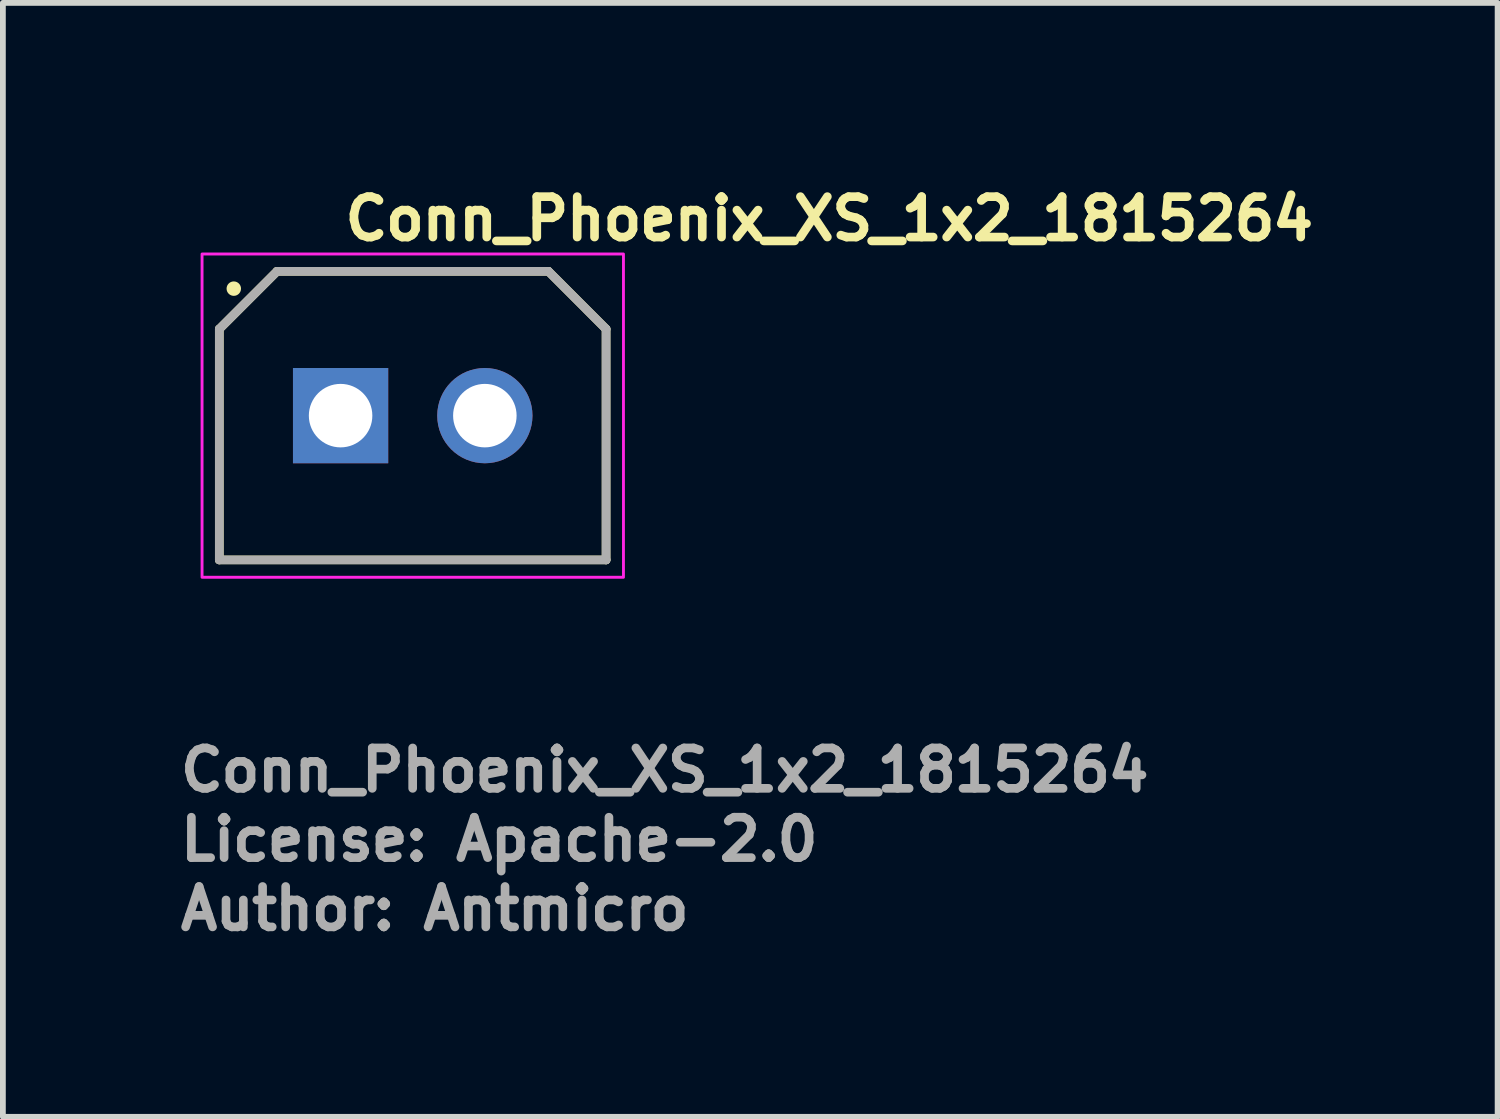
<source format=kicad_pcb>
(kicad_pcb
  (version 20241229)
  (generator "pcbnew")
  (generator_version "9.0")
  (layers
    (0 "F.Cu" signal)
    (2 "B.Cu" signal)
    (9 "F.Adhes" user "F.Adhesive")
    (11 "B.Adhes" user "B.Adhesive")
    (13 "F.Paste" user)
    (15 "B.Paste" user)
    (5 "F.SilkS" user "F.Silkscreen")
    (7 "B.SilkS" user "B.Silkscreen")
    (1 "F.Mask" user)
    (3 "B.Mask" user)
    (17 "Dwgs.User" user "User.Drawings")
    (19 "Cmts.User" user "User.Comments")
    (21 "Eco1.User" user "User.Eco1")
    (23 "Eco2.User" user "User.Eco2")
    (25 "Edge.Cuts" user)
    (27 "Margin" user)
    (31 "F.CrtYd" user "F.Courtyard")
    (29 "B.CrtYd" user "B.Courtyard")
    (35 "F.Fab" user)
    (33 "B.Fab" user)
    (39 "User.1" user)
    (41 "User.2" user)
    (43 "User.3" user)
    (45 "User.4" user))
  (footprint "Conn_Phoenix_XS_1x2_1815264"
    (layer "F.Cu")
    (at 2.85 4.15)
    (property "Reference" "Conn_Phoenix_XS_1x2_1815264" (at 0 -3 0) (unlocked yes) (layer "F.SilkS") (effects (font (size 0.7 0.7) (thickness 0.15)) (justify left bottom)))
    (attr through_hole)
    (fp_line (start -2.101 -1.5) (end -1.101 -2.5) (stroke (width 0.15) (type solid)) (layer "F.SilkS"))
    (fp_line (start -2.101 2.499) (end -2.101 -1.5) (stroke (width 0.15) (type solid)) (layer "F.SilkS"))
    (fp_line (start -1.101 -2.5) (end 3.6 -2.5) (stroke (width 0.15) (type solid)) (layer "F.SilkS"))
    (fp_line (start 3.6 -2.5) (end 4.599 -1.5) (stroke (width 0.15) (type solid)) (layer "F.SilkS"))
    (fp_line (start 4.599 -1.5) (end 4.599 2.499) (stroke (width 0.15) (type solid)) (layer "F.SilkS"))
    (fp_line (start 4.599 2.499) (end -2.101 2.499) (stroke (width 0.15) (type solid)) (layer "F.SilkS"))
    (fp_circle (center -1.85 -2.2) (end -1.8 -2.2) (stroke (width 0.15) (type solid)) (fill yes) (layer "F.SilkS"))
    (fp_rect (start -2.4 -2.8) (end 4.9 2.8) (stroke (width 0.05) (type solid)) (fill no) (layer "F.CrtYd"))
    (fp_line (start -2.101 -1.5) (end -1.101 -2.5) (stroke (width 0.15) (type solid)) (layer "F.Fab"))
    (fp_line (start -2.101 2.499) (end -2.101 -1.5) (stroke (width 0.15) (type solid)) (layer "F.Fab"))
    (fp_line (start -1.101 -2.5) (end 3.6 -2.5) (stroke (width 0.15) (type solid)) (layer "F.Fab"))
    (fp_line (start 3.6 -2.5) (end 4.599 -1.5) (stroke (width 0.15) (type solid)) (layer "F.Fab"))
    (fp_line (start 4.599 -1.5) (end 4.599 2.499) (stroke (width 0.15) (type solid)) (layer "F.Fab"))
    (fp_line (start 4.599 2.499) (end -2.101 2.499) (stroke (width 0.15) (type solid)) (layer "F.Fab"))
    (fp_rect (start -2.1 -2.5) (end 4.599 2.5) (stroke (width 0.1) (type solid)) (fill no) (layer "User.5"))
    (fp_line (start -2.1 -1.5) (end -1.1 -2.5) (stroke (width 0.02) (type solid)) (layer "User.9"))
    (fp_line (start -2.1 -1.3) (end -2.1 -1.5) (stroke (width 0.02) (type solid)) (layer "User.9"))
    (fp_line (start -2.1 -1.3) (end -2.1 -0.8) (stroke (width 0.02) (type solid)) (layer "User.9"))
    (fp_line (start -2.1 0.8) (end -2.1 -0.8) (stroke (width 0.02) (type solid)) (layer "User.9"))
    (fp_line (start -2.1 0.8) (end -2.1 1.3) (stroke (width 0.02) (type solid)) (layer "User.9"))
    (fp_line (start -2.1 0.8) (end -1.616 0.8) (stroke (width 0.02) (type solid)) (layer "User.9"))
    (fp_line (start -2.1 1.3) (end -1.621 1.3) (stroke (width 0.02) (type solid)) (layer "User.9"))
    (fp_line (start -2.1 2.5) (end -2.1 1.3) (stroke (width 0.02) (type solid)) (layer "User.9"))
    (fp_line (start -2.1 2.5) (end -0.7 2.5) (stroke (width 0.02) (type solid)) (layer "User.9"))
    (fp_line (start -1.621 -1.301) (end -1.621 -1.3) (stroke (width 0.02) (type solid)) (layer "User.9"))
    (fp_line (start -1.621 -1.3) (end -2.1 -1.3) (stroke (width 0.02) (type solid)) (layer "User.9"))
    (fp_line (start -1.621 -1.3) (end -1.616 -0.8) (stroke (width 0.02) (type solid)) (layer "User.9"))
    (fp_line (start -1.621 1.3) (end -1.621 2.02) (stroke (width 0.02) (type solid)) (layer "User.9"))
    (fp_line (start -1.616 -0.8) (end -2.1 -0.8) (stroke (width 0.02) (type solid)) (layer "User.9"))
    (fp_line (start -1.616 0.8) (end -1.621 1.3) (stroke (width 0.02) (type solid)) (layer "User.9"))
    (fp_line (start -1.616 0.8) (end -1.616 -0.8) (stroke (width 0.02) (type solid)) (layer "User.9"))
    (fp_line (start -1.612 -1.297) (end -1.621 -1.301) (stroke (width 0.02) (type solid)) (layer "User.9"))
    (fp_line (start -1.612 -1.297) (end -0.898 -2.011) (stroke (width 0.02) (type solid)) (layer "User.9"))
    (fp_line (start -1.612 2.011) (end -1.621 2.02) (stroke (width 0.02) (type solid)) (layer "User.9"))
    (fp_line (start -1.612 2.011) (end -1.612 -1.297) (stroke (width 0.02) (type solid)) (layer "User.9"))
    (fp_line (start -1.1 -2.5) (end -0.9 -2.5) (stroke (width 0.02) (type solid)) (layer "User.9"))
    (fp_line (start -0.902 -2.02) (end -1.621 -1.301) (stroke (width 0.02) (type solid)) (layer "User.9"))
    (fp_line (start -0.9 -2.5) (end -0.9 -2.02) (stroke (width 0.02) (type solid)) (layer "User.9"))
    (fp_line (start -0.9 -2.02) (end -0.902 -2.02) (stroke (width 0.02) (type solid)) (layer "User.9"))
    (fp_line (start -0.898 -2.011) (end -0.902 -2.02) (stroke (width 0.02) (type solid)) (layer "User.9"))
    (fp_line (start -0.898 -2.011) (end 3.397 -2.011) (stroke (width 0.02) (type solid)) (layer "User.9"))
    (fp_line (start -0.889 1.388) (end -0.889 -1.388) (stroke (width 0.02) (type solid)) (layer "User.9"))
    (fp_line (start -0.889 1.388) (end -0.885 1.384) (stroke (width 0.02) (type solid)) (layer "User.9"))
    (fp_line (start -0.885 -1.384) (end -0.889 -1.388) (stroke (width 0.02) (type solid)) (layer "User.9"))
    (fp_line (start -0.885 1.384) (end -0.885 -1.384) (stroke (width 0.02) (type solid)) (layer "User.9"))
    (fp_line (start -0.885 1.384) (end 0.884 1.384) (stroke (width 0.02) (type solid)) (layer "User.9"))
    (fp_line (start -0.7 2.011) (end -1.612 2.011) (stroke (width 0.02) (type solid)) (layer "User.9"))
    (fp_line (start -0.7 2.011) (end -0.7 2.02) (stroke (width 0.02) (type solid)) (layer "User.9"))
    (fp_line (start -0.7 2.02) (end -1.621 2.02) (stroke (width 0.02) (type solid)) (layer "User.9"))
    (fp_line (start -0.7 2.02) (end -0.7 2.5) (stroke (width 0.02) (type solid)) (layer "User.9"))
    (fp_line (start -0.6 -0.03) (end -0.6 0) (stroke (width 0.02) (type solid)) (layer "User.9"))
    (fp_line (start -0.6 0) (end -0.6 0.03) (stroke (width 0.02) (type solid)) (layer "User.9"))
    (fp_line (start -0.6 0.03) (end -0.597 0.061) (stroke (width 0.02) (type solid)) (layer "User.9"))
    (fp_line (start -0.597 -0.061) (end -0.6 -0.03) (stroke (width 0.02) (type solid)) (layer "User.9"))
    (fp_line (start -0.597 0.061) (end -0.594 0.091) (stroke (width 0.02) (type solid)) (layer "User.9"))
    (fp_line (start -0.594 -0.091) (end -0.597 -0.061) (stroke (width 0.02) (type solid)) (layer "User.9"))
    (fp_line (start -0.594 0.091) (end -0.588 0.12) (stroke (width 0.02) (type solid)) (layer "User.9"))
    (fp_line (start -0.588 -0.12) (end -0.594 -0.091) (stroke (width 0.02) (type solid)) (layer "User.9"))
    (fp_line (start -0.588 0.12) (end -0.582 0.149) (stroke (width 0.02) (type solid)) (layer "User.9"))
    (fp_line (start -0.582 -0.149) (end -0.588 -0.12) (stroke (width 0.02) (type solid)) (layer "User.9"))
    (fp_line (start -0.582 0.149) (end -0.573 0.178) (stroke (width 0.02) (type solid)) (layer "User.9"))
    (fp_line (start -0.573 -0.178) (end -0.582 -0.149) (stroke (width 0.02) (type solid)) (layer "User.9"))
    (fp_line (start -0.573 0.178) (end -0.564 0.206) (stroke (width 0.02) (type solid)) (layer "User.9"))
    (fp_line (start -0.564 -0.206) (end -0.573 -0.178) (stroke (width 0.02) (type solid)) (layer "User.9"))
    (fp_line (start -0.564 0.206) (end -0.553 0.233) (stroke (width 0.02) (type solid)) (layer "User.9"))
    (fp_line (start -0.553 -0.233) (end -0.564 -0.206) (stroke (width 0.02) (type solid)) (layer "User.9"))
    (fp_line (start -0.553 0.233) (end -0.541 0.26) (stroke (width 0.02) (type solid)) (layer "User.9"))
    (fp_line (start -0.541 -0.26) (end -0.553 -0.233) (stroke (width 0.02) (type solid)) (layer "User.9"))
    (fp_line (start -0.541 0.26) (end -0.528 0.285) (stroke (width 0.02) (type solid)) (layer "User.9"))
    (fp_line (start -0.528 -0.285) (end -0.541 -0.26) (stroke (width 0.02) (type solid)) (layer "User.9"))
    (fp_line (start -0.528 0.285) (end -0.514 0.31) (stroke (width 0.02) (type solid)) (layer "User.9"))
    (fp_line (start -0.514 -0.31) (end -0.528 -0.285) (stroke (width 0.02) (type solid)) (layer "User.9"))
    (fp_line (start -0.514 0.31) (end -0.498 0.335) (stroke (width 0.02) (type solid)) (layer "User.9"))
    (fp_line (start -0.498 -0.335) (end -0.514 -0.31) (stroke (width 0.02) (type solid)) (layer "User.9"))
    (fp_line (start -0.498 0.335) (end -0.481 0.358) (stroke (width 0.02) (type solid)) (layer "User.9"))
    (fp_line (start -0.481 -0.358) (end -0.498 -0.335) (stroke (width 0.02) (type solid)) (layer "User.9"))
    (fp_line (start -0.481 0.358) (end -0.463 0.381) (stroke (width 0.02) (type solid)) (layer "User.9"))
    (fp_line (start -0.463 -0.381) (end -0.481 -0.358) (stroke (width 0.02) (type solid)) (layer "User.9"))
    (fp_line (start -0.463 0.381) (end -0.445 0.403) (stroke (width 0.02) (type solid)) (layer "User.9"))
    (fp_line (start -0.445 -0.403) (end -0.463 -0.381) (stroke (width 0.02) (type solid)) (layer "User.9"))
    (fp_line (start -0.445 0.403) (end -0.425 0.424) (stroke (width 0.02) (type solid)) (layer "User.9"))
    (fp_line (start -0.425 -0.424) (end -0.445 -0.403) (stroke (width 0.02) (type solid)) (layer "User.9"))
    (fp_line (start -0.425 0.424) (end -0.404 0.443) (stroke (width 0.02) (type solid)) (layer "User.9"))
    (fp_line (start -0.404 -0.443) (end -0.425 -0.424) (stroke (width 0.02) (type solid)) (layer "User.9"))
    (fp_line (start -0.404 0.443) (end -0.382 0.462) (stroke (width 0.02) (type solid)) (layer "User.9"))
    (fp_line (start -0.4 -2.5) (end -0.9 -2.5) (stroke (width 0.02) (type solid)) (layer "User.9"))
    (fp_line (start -0.4 -2.5) (end -0.4 -2.015) (stroke (width 0.02) (type solid)) (layer "User.9"))
    (fp_line (start -0.4 -2.5) (end 0.4 -2.5) (stroke (width 0.02) (type solid)) (layer "User.9"))
    (fp_line (start -0.4 -2.015) (end -0.9 -2.02) (stroke (width 0.02) (type solid)) (layer "User.9"))
    (fp_line (start -0.4 -2.015) (end 0.4 -2.015) (stroke (width 0.02) (type solid)) (layer "User.9"))
    (fp_line (start -0.382 -0.462) (end -0.404 -0.443) (stroke (width 0.02) (type solid)) (layer "User.9"))
    (fp_line (start -0.382 0.462) (end -0.359 0.48) (stroke (width 0.02) (type solid)) (layer "User.9"))
    (fp_line (start -0.359 -0.48) (end -0.382 -0.462) (stroke (width 0.02) (type solid)) (layer "User.9"))
    (fp_line (start -0.359 0.48) (end -0.336 0.497) (stroke (width 0.02) (type solid)) (layer "User.9"))
    (fp_line (start -0.336 -0.497) (end -0.359 -0.48) (stroke (width 0.02) (type solid)) (layer "User.9"))
    (fp_line (start -0.336 0.497) (end -0.312 0.512) (stroke (width 0.02) (type solid)) (layer "User.9"))
    (fp_line (start -0.312 -0.512) (end -0.336 -0.497) (stroke (width 0.02) (type solid)) (layer "User.9"))
    (fp_line (start -0.312 0.512) (end -0.286 0.527) (stroke (width 0.02) (type solid)) (layer "User.9"))
    (fp_line (start -0.3 -0.3) (end -0.2 -0.2) (stroke (width 0.02) (type solid)) (layer "User.9"))
    (fp_line (start -0.3 -0.3) (end 0.3 -0.3) (stroke (width 0.02) (type solid)) (layer "User.9"))
    (fp_line (start -0.3 0.3) (end -0.3 -0.3) (stroke (width 0.02) (type solid)) (layer "User.9"))
    (fp_line (start -0.286 -0.527) (end -0.312 -0.512) (stroke (width 0.02) (type solid)) (layer "User.9"))
    (fp_line (start -0.286 0.527) (end -0.261 0.54) (stroke (width 0.02) (type solid)) (layer "User.9"))
    (fp_line (start -0.261 -0.54) (end -0.286 -0.527) (stroke (width 0.02) (type solid)) (layer "User.9"))
    (fp_line (start -0.261 0.54) (end -0.234 0.552) (stroke (width 0.02) (type solid)) (layer "User.9"))
    (fp_line (start -0.234 -0.552) (end -0.261 -0.54) (stroke (width 0.02) (type solid)) (layer "User.9"))
    (fp_line (start -0.234 0.552) (end -0.207 0.563) (stroke (width 0.02) (type solid)) (layer "User.9"))
    (fp_line (start -0.207 -0.563) (end -0.234 -0.552) (stroke (width 0.02) (type solid)) (layer "User.9"))
    (fp_line (start -0.207 0.563) (end -0.179 0.572) (stroke (width 0.02) (type solid)) (layer "User.9"))
    (fp_line (start -0.2 -0.2) (end 0.2 -0.2) (stroke (width 0.02) (type solid)) (layer "User.9"))
    (fp_line (start -0.2 0.2) (end -0.3 0.3) (stroke (width 0.02) (type solid)) (layer "User.9"))
    (fp_line (start -0.2 0.2) (end -0.2 -0.2) (stroke (width 0.02) (type solid)) (layer "User.9"))
    (fp_line (start -0.179 -0.572) (end -0.207 -0.563) (stroke (width 0.02) (type solid)) (layer "User.9"))
    (fp_line (start -0.179 0.572) (end -0.15 0.58) (stroke (width 0.02) (type solid)) (layer "User.9"))
    (fp_line (start -0.15 -0.58) (end -0.179 -0.572) (stroke (width 0.02) (type solid)) (layer "User.9"))
    (fp_line (start -0.15 0.58) (end -0.121 0.587) (stroke (width 0.02) (type solid)) (layer "User.9"))
    (fp_line (start -0.121 -0.587) (end -0.15 -0.58) (stroke (width 0.02) (type solid)) (layer "User.9"))
    (fp_line (start -0.121 0.587) (end -0.092 0.592) (stroke (width 0.02) (type solid)) (layer "User.9"))
    (fp_line (start -0.092 -0.592) (end -0.121 -0.587) (stroke (width 0.02) (type solid)) (layer "User.9"))
    (fp_line (start -0.092 0.592) (end -0.062 0.596) (stroke (width 0.02) (type solid)) (layer "User.9"))
    (fp_line (start -0.062 -0.596) (end -0.092 -0.592) (stroke (width 0.02) (type solid)) (layer "User.9"))
    (fp_line (start -0.062 0.596) (end -0.031 0.598) (stroke (width 0.02) (type solid)) (layer "User.9"))
    (fp_line (start -0.031 -0.598) (end -0.062 -0.596) (stroke (width 0.02) (type solid)) (layer "User.9"))
    (fp_line (start -0.031 0.598) (end -0.001 0.599) (stroke (width 0.02) (type solid)) (layer "User.9"))
    (fp_line (start -0.001 -0.599) (end -0.031 -0.598) (stroke (width 0.02) (type solid)) (layer "User.9"))
    (fp_line (start -0.001 -0.599) (end -0.001 -0.599) (stroke (width 0.02) (type solid)) (layer "User.9"))
    (fp_line (start -0.001 0.599) (end -0.001 0.599) (stroke (width 0.02) (type solid)) (layer "User.9"))
    (fp_line (start -0.001 0.599) (end 0.03 0.598) (stroke (width 0.02) (type solid)) (layer "User.9"))
    (fp_line (start 0.03 -0.598) (end -0.001 -0.599) (stroke (width 0.02) (type solid)) (layer "User.9"))
    (fp_line (start 0.03 0.598) (end 0.061 0.596) (stroke (width 0.02) (type solid)) (layer "User.9"))
    (fp_line (start 0.061 -0.596) (end 0.03 -0.598) (stroke (width 0.02) (type solid)) (layer "User.9"))
    (fp_line (start 0.061 0.596) (end 0.091 0.592) (stroke (width 0.02) (type solid)) (layer "User.9"))
    (fp_line (start 0.091 -0.592) (end 0.061 -0.596) (stroke (width 0.02) (type solid)) (layer "User.9"))
    (fp_line (start 0.091 0.592) (end 0.12 0.587) (stroke (width 0.02) (type solid)) (layer "User.9"))
    (fp_line (start 0.12 -0.587) (end 0.091 -0.592) (stroke (width 0.02) (type solid)) (layer "User.9"))
    (fp_line (start 0.12 0.587) (end 0.149 0.58) (stroke (width 0.02) (type solid)) (layer "User.9"))
    (fp_line (start 0.149 -0.58) (end 0.12 -0.587) (stroke (width 0.02) (type solid)) (layer "User.9"))
    (fp_line (start 0.149 0.58) (end 0.178 0.572) (stroke (width 0.02) (type solid)) (layer "User.9"))
    (fp_line (start 0.178 -0.572) (end 0.149 -0.58) (stroke (width 0.02) (type solid)) (layer "User.9"))
    (fp_line (start 0.178 0.572) (end 0.206 0.563) (stroke (width 0.02) (type solid)) (layer "User.9"))
    (fp_line (start 0.2 -0.2) (end 0.2 0.2) (stroke (width 0.02) (type solid)) (layer "User.9"))
    (fp_line (start 0.2 0.2) (end -0.2 0.2) (stroke (width 0.02) (type solid)) (layer "User.9"))
    (fp_line (start 0.2 0.2) (end 0.3 0.3) (stroke (width 0.02) (type solid)) (layer "User.9"))
    (fp_line (start 0.206 -0.563) (end 0.178 -0.572) (stroke (width 0.02) (type solid)) (layer "User.9"))
    (fp_line (start 0.206 0.563) (end 0.233 0.552) (stroke (width 0.02) (type solid)) (layer "User.9"))
    (fp_line (start 0.233 -0.552) (end 0.206 -0.563) (stroke (width 0.02) (type solid)) (layer "User.9"))
    (fp_line (start 0.233 0.552) (end 0.26 0.54) (stroke (width 0.02) (type solid)) (layer "User.9"))
    (fp_line (start 0.26 -0.54) (end 0.233 -0.552) (stroke (width 0.02) (type solid)) (layer "User.9"))
    (fp_line (start 0.26 0.54) (end 0.285 0.527) (stroke (width 0.02) (type solid)) (layer "User.9"))
    (fp_line (start 0.285 -0.527) (end 0.26 -0.54) (stroke (width 0.02) (type solid)) (layer "User.9"))
    (fp_line (start 0.285 0.527) (end 0.311 0.512) (stroke (width 0.02) (type solid)) (layer "User.9"))
    (fp_line (start 0.3 -0.3) (end 0.2 -0.2) (stroke (width 0.02) (type solid)) (layer "User.9"))
    (fp_line (start 0.3 -0.3) (end 0.3 0.3) (stroke (width 0.02) (type solid)) (layer "User.9"))
    (fp_line (start 0.3 0.3) (end -0.3 0.3) (stroke (width 0.02) (type solid)) (layer "User.9"))
    (fp_line (start 0.311 -0.512) (end 0.285 -0.527) (stroke (width 0.02) (type solid)) (layer "User.9"))
    (fp_line (start 0.311 0.512) (end 0.335 0.497) (stroke (width 0.02) (type solid)) (layer "User.9"))
    (fp_line (start 0.335 -0.497) (end 0.311 -0.512) (stroke (width 0.02) (type solid)) (layer "User.9"))
    (fp_line (start 0.335 0.497) (end 0.358 0.48) (stroke (width 0.02) (type solid)) (layer "User.9"))
    (fp_line (start 0.358 -0.48) (end 0.335 -0.497) (stroke (width 0.02) (type solid)) (layer "User.9"))
    (fp_line (start 0.358 0.48) (end 0.381 0.462) (stroke (width 0.02) (type solid)) (layer "User.9"))
    (fp_line (start 0.381 -0.462) (end 0.358 -0.48) (stroke (width 0.02) (type solid)) (layer "User.9"))
    (fp_line (start 0.381 0.462) (end 0.403 0.443) (stroke (width 0.02) (type solid)) (layer "User.9"))
    (fp_line (start 0.4 -2.5) (end 0.4 -2.015) (stroke (width 0.02) (type solid)) (layer "User.9"))
    (fp_line (start 0.403 -0.443) (end 0.381 -0.462) (stroke (width 0.02) (type solid)) (layer "User.9"))
    (fp_line (start 0.403 0.443) (end 0.424 0.424) (stroke (width 0.02) (type solid)) (layer "User.9"))
    (fp_line (start 0.424 -0.424) (end 0.403 -0.443) (stroke (width 0.02) (type solid)) (layer "User.9"))
    (fp_line (start 0.424 0.424) (end 0.444 0.403) (stroke (width 0.02) (type solid)) (layer "User.9"))
    (fp_line (start 0.444 -0.403) (end 0.424 -0.424) (stroke (width 0.02) (type solid)) (layer "User.9"))
    (fp_line (start 0.444 0.403) (end 0.462 0.381) (stroke (width 0.02) (type solid)) (layer "User.9"))
    (fp_line (start 0.462 -0.381) (end 0.444 -0.403) (stroke (width 0.02) (type solid)) (layer "User.9"))
    (fp_line (start 0.462 0.381) (end 0.48 0.358) (stroke (width 0.02) (type solid)) (layer "User.9"))
    (fp_line (start 0.48 -0.358) (end 0.462 -0.381) (stroke (width 0.02) (type solid)) (layer "User.9"))
    (fp_line (start 0.48 0.358) (end 0.497 0.335) (stroke (width 0.02) (type solid)) (layer "User.9"))
    (fp_line (start 0.497 -0.335) (end 0.48 -0.358) (stroke (width 0.02) (type solid)) (layer "User.9"))
    (fp_line (start 0.497 0.335) (end 0.513 0.31) (stroke (width 0.02) (type solid)) (layer "User.9"))
    (fp_line (start 0.513 -0.31) (end 0.497 -0.335) (stroke (width 0.02) (type solid)) (layer "User.9"))
    (fp_line (start 0.513 0.31) (end 0.527 0.285) (stroke (width 0.02) (type solid)) (layer "User.9"))
    (fp_line (start 0.527 -0.285) (end 0.513 -0.31) (stroke (width 0.02) (type solid)) (layer "User.9"))
    (fp_line (start 0.527 0.285) (end 0.54 0.26) (stroke (width 0.02) (type solid)) (layer "User.9"))
    (fp_line (start 0.54 -0.26) (end 0.527 -0.285) (stroke (width 0.02) (type solid)) (layer "User.9"))
    (fp_line (start 0.54 0.26) (end 0.552 0.233) (stroke (width 0.02) (type solid)) (layer "User.9"))
    (fp_line (start 0.552 -0.233) (end 0.54 -0.26) (stroke (width 0.02) (type solid)) (layer "User.9"))
    (fp_line (start 0.552 0.233) (end 0.563 0.206) (stroke (width 0.02) (type solid)) (layer "User.9"))
    (fp_line (start 0.563 -0.206) (end 0.552 -0.233) (stroke (width 0.02) (type solid)) (layer "User.9"))
    (fp_line (start 0.563 0.206) (end 0.572 0.178) (stroke (width 0.02) (type solid)) (layer "User.9"))
    (fp_line (start 0.572 -0.178) (end 0.563 -0.206) (stroke (width 0.02) (type solid)) (layer "User.9"))
    (fp_line (start 0.572 0.178) (end 0.581 0.149) (stroke (width 0.02) (type solid)) (layer "User.9"))
    (fp_line (start 0.581 -0.149) (end 0.572 -0.178) (stroke (width 0.02) (type solid)) (layer "User.9"))
    (fp_line (start 0.581 0.149) (end 0.587 0.12) (stroke (width 0.02) (type solid)) (layer "User.9"))
    (fp_line (start 0.587 -0.12) (end 0.581 -0.149) (stroke (width 0.02) (type solid)) (layer "User.9"))
    (fp_line (start 0.587 0.12) (end 0.593 0.091) (stroke (width 0.02) (type solid)) (layer "User.9"))
    (fp_line (start 0.593 -0.091) (end 0.587 -0.12) (stroke (width 0.02) (type solid)) (layer "User.9"))
    (fp_line (start 0.593 0.091) (end 0.596 0.061) (stroke (width 0.02) (type solid)) (layer "User.9"))
    (fp_line (start 0.596 -0.061) (end 0.593 -0.091) (stroke (width 0.02) (type solid)) (layer "User.9"))
    (fp_line (start 0.596 0.061) (end 0.599 0.03) (stroke (width 0.02) (type solid)) (layer "User.9"))
    (fp_line (start 0.599 -0.03) (end 0.596 -0.061) (stroke (width 0.02) (type solid)) (layer "User.9"))
    (fp_line (start 0.599 0.03) (end 0.6 0) (stroke (width 0.02) (type solid)) (layer "User.9"))
    (fp_line (start 0.6 0) (end 0.599 -0.03) (stroke (width 0.02) (type solid)) (layer "User.9"))
    (fp_line (start 0.7 2.02) (end 0.7 2.011) (stroke (width 0.02) (type solid)) (layer "User.9"))
    (fp_line (start 0.7 2.02) (end 0.7 2.5) (stroke (width 0.02) (type solid)) (layer "User.9"))
    (fp_line (start 0.7 2.02) (end 1.8 2.02) (stroke (width 0.02) (type solid)) (layer "User.9"))
    (fp_line (start 0.7 2.5) (end -0.7 2.5) (stroke (width 0.02) (type solid)) (layer "User.9"))
    (fp_line (start 0.7 2.5) (end 1.8 2.5) (stroke (width 0.02) (type solid)) (layer "User.9"))
    (fp_line (start 0.884 -1.384) (end -0.885 -1.384) (stroke (width 0.02) (type solid)) (layer "User.9"))
    (fp_line (start 0.884 1.384) (end 0.884 -1.384) (stroke (width 0.02) (type solid)) (layer "User.9"))
    (fp_line (start 0.888 -1.388) (end -0.889 -1.388) (stroke (width 0.02) (type solid)) (layer "User.9"))
    (fp_line (start 0.888 -1.388) (end 0.884 -1.384) (stroke (width 0.02) (type solid)) (layer "User.9"))
    (fp_line (start 0.888 1.388) (end -0.889 1.388) (stroke (width 0.02) (type solid)) (layer "User.9"))
    (fp_line (start 0.888 1.388) (end 0.884 1.384) (stroke (width 0.02) (type solid)) (layer "User.9"))
    (fp_line (start 0.888 1.388) (end 0.888 -1.388) (stroke (width 0.02) (type solid)) (layer "User.9"))
    (fp_line (start 0.9 -2.5) (end 0.4 -2.5) (stroke (width 0.02) (type solid)) (layer "User.9"))
    (fp_line (start 0.9 -2.5) (end 1.6 -2.5) (stroke (width 0.02) (type solid)) (layer "User.9"))
    (fp_line (start 0.9 -2.02) (end 0.4 -2.015) (stroke (width 0.02) (type solid)) (layer "User.9"))
    (fp_line (start 0.9 -2.02) (end 0.9 -2.5) (stroke (width 0.02) (type solid)) (layer "User.9"))
    (fp_line (start 1.6 -2.5) (end 1.6 -2.02) (stroke (width 0.02) (type solid)) (layer "User.9"))
    (fp_line (start 1.6 -2.02) (end 0.9 -2.02) (stroke (width 0.02) (type solid)) (layer "User.9"))
    (fp_line (start 1.611 -1.388) (end 1.615 -1.384) (stroke (width 0.02) (type solid)) (layer "User.9"))
    (fp_line (start 1.611 1.388) (end 1.611 -1.388) (stroke (width 0.02) (type solid)) (layer "User.9"))
    (fp_line (start 1.611 1.388) (end 1.615 1.384) (stroke (width 0.02) (type solid)) (layer "User.9"))
    (fp_line (start 1.615 1.384) (end 1.615 -1.384) (stroke (width 0.02) (type solid)) (layer "User.9"))
    (fp_line (start 1.615 1.384) (end 3.384 1.384) (stroke (width 0.02) (type solid)) (layer "User.9"))
    (fp_line (start 1.8 2.011) (end 0.7 2.011) (stroke (width 0.02) (type solid)) (layer "User.9"))
    (fp_line (start 1.8 2.011) (end 1.8 2.02) (stroke (width 0.02) (type solid)) (layer "User.9"))
    (fp_line (start 1.8 2.02) (end 1.8 2.5) (stroke (width 0.02) (type solid)) (layer "User.9"))
    (fp_line (start 1.9 -0.03) (end 1.9 0) (stroke (width 0.02) (type solid)) (layer "User.9"))
    (fp_line (start 1.9 0) (end 1.9 0.03) (stroke (width 0.02) (type solid)) (layer "User.9"))
    (fp_line (start 1.9 0.03) (end 1.903 0.061) (stroke (width 0.02) (type solid)) (layer "User.9"))
    (fp_line (start 1.903 -0.061) (end 1.9 -0.03) (stroke (width 0.02) (type solid)) (layer "User.9"))
    (fp_line (start 1.903 0.061) (end 1.906 0.091) (stroke (width 0.02) (type solid)) (layer "User.9"))
    (fp_line (start 1.906 -0.091) (end 1.903 -0.061) (stroke (width 0.02) (type solid)) (layer "User.9"))
    (fp_line (start 1.906 0.091) (end 1.912 0.12) (stroke (width 0.02) (type solid)) (layer "User.9"))
    (fp_line (start 1.912 -0.12) (end 1.906 -0.091) (stroke (width 0.02) (type solid)) (layer "User.9"))
    (fp_line (start 1.912 0.12) (end 1.918 0.149) (stroke (width 0.02) (type solid)) (layer "User.9"))
    (fp_line (start 1.918 -0.149) (end 1.912 -0.12) (stroke (width 0.02) (type solid)) (layer "User.9"))
    (fp_line (start 1.918 0.149) (end 1.927 0.178) (stroke (width 0.02) (type solid)) (layer "User.9"))
    (fp_line (start 1.927 -0.178) (end 1.918 -0.149) (stroke (width 0.02) (type solid)) (layer "User.9"))
    (fp_line (start 1.927 0.178) (end 1.936 0.206) (stroke (width 0.02) (type solid)) (layer "User.9"))
    (fp_line (start 1.936 -0.206) (end 1.927 -0.178) (stroke (width 0.02) (type solid)) (layer "User.9"))
    (fp_line (start 1.936 0.206) (end 1.947 0.233) (stroke (width 0.02) (type solid)) (layer "User.9"))
    (fp_line (start 1.947 -0.233) (end 1.936 -0.206) (stroke (width 0.02) (type solid)) (layer "User.9"))
    (fp_line (start 1.947 0.233) (end 1.959 0.26) (stroke (width 0.02) (type solid)) (layer "User.9"))
    (fp_line (start 1.959 -0.26) (end 1.947 -0.233) (stroke (width 0.02) (type solid)) (layer "User.9"))
    (fp_line (start 1.959 0.26) (end 1.972 0.285) (stroke (width 0.02) (type solid)) (layer "User.9"))
    (fp_line (start 1.972 -0.285) (end 1.959 -0.26) (stroke (width 0.02) (type solid)) (layer "User.9"))
    (fp_line (start 1.972 0.285) (end 1.986 0.31) (stroke (width 0.02) (type solid)) (layer "User.9"))
    (fp_line (start 1.986 -0.31) (end 1.972 -0.285) (stroke (width 0.02) (type solid)) (layer "User.9"))
    (fp_line (start 1.986 0.31) (end 2.002 0.335) (stroke (width 0.02) (type solid)) (layer "User.9"))
    (fp_line (start 2.002 -0.335) (end 1.986 -0.31) (stroke (width 0.02) (type solid)) (layer "User.9"))
    (fp_line (start 2.002 0.335) (end 2.019 0.358) (stroke (width 0.02) (type solid)) (layer "User.9"))
    (fp_line (start 2.019 -0.358) (end 2.002 -0.335) (stroke (width 0.02) (type solid)) (layer "User.9"))
    (fp_line (start 2.019 0.358) (end 2.037 0.381) (stroke (width 0.02) (type solid)) (layer "User.9"))
    (fp_line (start 2.037 -0.381) (end 2.019 -0.358) (stroke (width 0.02) (type solid)) (layer "User.9"))
    (fp_line (start 2.037 0.381) (end 2.055 0.403) (stroke (width 0.02) (type solid)) (layer "User.9"))
    (fp_line (start 2.055 -0.403) (end 2.037 -0.381) (stroke (width 0.02) (type solid)) (layer "User.9"))
    (fp_line (start 2.055 0.403) (end 2.075 0.424) (stroke (width 0.02) (type solid)) (layer "User.9"))
    (fp_line (start 2.075 -0.424) (end 2.055 -0.403) (stroke (width 0.02) (type solid)) (layer "User.9"))
    (fp_line (start 2.075 0.424) (end 2.096 0.443) (stroke (width 0.02) (type solid)) (layer "User.9"))
    (fp_line (start 2.096 -0.443) (end 2.075 -0.424) (stroke (width 0.02) (type solid)) (layer "User.9"))
    (fp_line (start 2.096 0.443) (end 2.118 0.462) (stroke (width 0.02) (type solid)) (layer "User.9"))
    (fp_line (start 2.1 -2.5) (end 1.6 -2.5) (stroke (width 0.02) (type solid)) (layer "User.9"))
    (fp_line (start 2.1 -2.5) (end 2.9 -2.5) (stroke (width 0.02) (type solid)) (layer "User.9"))
    (fp_line (start 2.1 -2.015) (end 1.6 -2.02) (stroke (width 0.02) (type solid)) (layer "User.9"))
    (fp_line (start 2.1 -2.015) (end 2.1 -2.5) (stroke (width 0.02) (type solid)) (layer "User.9"))
    (fp_line (start 2.1 -2.015) (end 2.9 -2.015) (stroke (width 0.02) (type solid)) (layer "User.9"))
    (fp_line (start 2.118 -0.462) (end 2.096 -0.443) (stroke (width 0.02) (type solid)) (layer "User.9"))
    (fp_line (start 2.118 0.462) (end 2.141 0.48) (stroke (width 0.02) (type solid)) (layer "User.9"))
    (fp_line (start 2.141 -0.48) (end 2.118 -0.462) (stroke (width 0.02) (type solid)) (layer "User.9"))
    (fp_line (start 2.141 0.48) (end 2.164 0.497) (stroke (width 0.02) (type solid)) (layer "User.9"))
    (fp_line (start 2.164 -0.497) (end 2.141 -0.48) (stroke (width 0.02) (type solid)) (layer "User.9"))
    (fp_line (start 2.164 0.497) (end 2.188 0.512) (stroke (width 0.02) (type solid)) (layer "User.9"))
    (fp_line (start 2.188 -0.512) (end 2.164 -0.497) (stroke (width 0.02) (type solid)) (layer "User.9"))
    (fp_line (start 2.188 0.512) (end 2.214 0.527) (stroke (width 0.02) (type solid)) (layer "User.9"))
    (fp_line (start 2.2 -0.3) (end 2.3 -0.2) (stroke (width 0.02) (type solid)) (layer "User.9"))
    (fp_line (start 2.2 -0.3) (end 2.8 -0.3) (stroke (width 0.02) (type solid)) (layer "User.9"))
    (fp_line (start 2.2 0.3) (end 2.2 -0.3) (stroke (width 0.02) (type solid)) (layer "User.9"))
    (fp_line (start 2.214 -0.527) (end 2.188 -0.512) (stroke (width 0.02) (type solid)) (layer "User.9"))
    (fp_line (start 2.214 0.527) (end 2.239 0.54) (stroke (width 0.02) (type solid)) (layer "User.9"))
    (fp_line (start 2.239 -0.54) (end 2.214 -0.527) (stroke (width 0.02) (type solid)) (layer "User.9"))
    (fp_line (start 2.239 0.54) (end 2.266 0.552) (stroke (width 0.02) (type solid)) (layer "User.9"))
    (fp_line (start 2.266 -0.552) (end 2.239 -0.54) (stroke (width 0.02) (type solid)) (layer "User.9"))
    (fp_line (start 2.266 0.552) (end 2.293 0.563) (stroke (width 0.02) (type solid)) (layer "User.9"))
    (fp_line (start 2.293 -0.563) (end 2.266 -0.552) (stroke (width 0.02) (type solid)) (layer "User.9"))
    (fp_line (start 2.293 0.563) (end 2.321 0.572) (stroke (width 0.02) (type solid)) (layer "User.9"))
    (fp_line (start 2.3 -0.2) (end 2.7 -0.2) (stroke (width 0.02) (type solid)) (layer "User.9"))
    (fp_line (start 2.3 0.2) (end 2.2 0.3) (stroke (width 0.02) (type solid)) (layer "User.9"))
    (fp_line (start 2.3 0.2) (end 2.3 -0.2) (stroke (width 0.02) (type solid)) (layer "User.9"))
    (fp_line (start 2.321 -0.572) (end 2.293 -0.563) (stroke (width 0.02) (type solid)) (layer "User.9"))
    (fp_line (start 2.321 0.572) (end 2.35 0.58) (stroke (width 0.02) (type solid)) (layer "User.9"))
    (fp_line (start 2.35 -0.58) (end 2.321 -0.572) (stroke (width 0.02) (type solid)) (layer "User.9"))
    (fp_line (start 2.35 0.58) (end 2.379 0.587) (stroke (width 0.02) (type solid)) (layer "User.9"))
    (fp_line (start 2.379 -0.587) (end 2.35 -0.58) (stroke (width 0.02) (type solid)) (layer "User.9"))
    (fp_line (start 2.379 0.587) (end 2.408 0.592) (stroke (width 0.02) (type solid)) (layer "User.9"))
    (fp_line (start 2.408 -0.592) (end 2.379 -0.587) (stroke (width 0.02) (type solid)) (layer "User.9"))
    (fp_line (start 2.408 0.592) (end 2.438 0.596) (stroke (width 0.02) (type solid)) (layer "User.9"))
    (fp_line (start 2.438 -0.596) (end 2.408 -0.592) (stroke (width 0.02) (type solid)) (layer "User.9"))
    (fp_line (start 2.438 0.596) (end 2.469 0.598) (stroke (width 0.02) (type solid)) (layer "User.9"))
    (fp_line (start 2.469 -0.598) (end 2.438 -0.596) (stroke (width 0.02) (type solid)) (layer "User.9"))
    (fp_line (start 2.469 0.598) (end 2.5 0.599) (stroke (width 0.02) (type solid)) (layer "User.9"))
    (fp_line (start 2.5 -0.599) (end 2.469 -0.598) (stroke (width 0.02) (type solid)) (layer "User.9"))
    (fp_line (start 2.5 -0.599) (end 2.5 -0.599) (stroke (width 0.02) (type solid)) (layer "User.9"))
    (fp_line (start 2.5 0.599) (end 2.5 0.599) (stroke (width 0.02) (type solid)) (layer "User.9"))
    (fp_line (start 2.5 0.599) (end 2.53 0.598) (stroke (width 0.02) (type solid)) (layer "User.9"))
    (fp_line (start 2.53 -0.598) (end 2.5 -0.599) (stroke (width 0.02) (type solid)) (layer "User.9"))
    (fp_line (start 2.53 0.598) (end 2.561 0.596) (stroke (width 0.02) (type solid)) (layer "User.9"))
    (fp_line (start 2.561 -0.596) (end 2.53 -0.598) (stroke (width 0.02) (type solid)) (layer "User.9"))
    (fp_line (start 2.561 0.596) (end 2.591 0.592) (stroke (width 0.02) (type solid)) (layer "User.9"))
    (fp_line (start 2.591 -0.592) (end 2.561 -0.596) (stroke (width 0.02) (type solid)) (layer "User.9"))
    (fp_line (start 2.591 0.592) (end 2.62 0.587) (stroke (width 0.02) (type solid)) (layer "User.9"))
    (fp_line (start 2.62 -0.587) (end 2.591 -0.592) (stroke (width 0.02) (type solid)) (layer "User.9"))
    (fp_line (start 2.62 0.587) (end 2.649 0.58) (stroke (width 0.02) (type solid)) (layer "User.9"))
    (fp_line (start 2.649 -0.58) (end 2.62 -0.587) (stroke (width 0.02) (type solid)) (layer "User.9"))
    (fp_line (start 2.649 0.58) (end 2.678 0.572) (stroke (width 0.02) (type solid)) (layer "User.9"))
    (fp_line (start 2.678 -0.572) (end 2.649 -0.58) (stroke (width 0.02) (type solid)) (layer "User.9"))
    (fp_line (start 2.678 0.572) (end 2.706 0.563) (stroke (width 0.02) (type solid)) (layer "User.9"))
    (fp_line (start 2.7 -0.2) (end 2.7 0.2) (stroke (width 0.02) (type solid)) (layer "User.9"))
    (fp_line (start 2.7 0.2) (end 2.3 0.2) (stroke (width 0.02) (type solid)) (layer "User.9"))
    (fp_line (start 2.7 0.2) (end 2.8 0.3) (stroke (width 0.02) (type solid)) (layer "User.9"))
    (fp_line (start 2.706 -0.563) (end 2.678 -0.572) (stroke (width 0.02) (type solid)) (layer "User.9"))
    (fp_line (start 2.706 0.563) (end 2.733 0.552) (stroke (width 0.02) (type solid)) (layer "User.9"))
    (fp_line (start 2.733 -0.552) (end 2.706 -0.563) (stroke (width 0.02) (type solid)) (layer "User.9"))
    (fp_line (start 2.733 0.552) (end 2.76 0.54) (stroke (width 0.02) (type solid)) (layer "User.9"))
    (fp_line (start 2.76 -0.54) (end 2.733 -0.552) (stroke (width 0.02) (type solid)) (layer "User.9"))
    (fp_line (start 2.76 0.54) (end 2.785 0.527) (stroke (width 0.02) (type solid)) (layer "User.9"))
    (fp_line (start 2.785 -0.527) (end 2.76 -0.54) (stroke (width 0.02) (type solid)) (layer "User.9"))
    (fp_line (start 2.785 0.527) (end 2.811 0.512) (stroke (width 0.02) (type solid)) (layer "User.9"))
    (fp_line (start 2.8 -0.3) (end 2.7 -0.2) (stroke (width 0.02) (type solid)) (layer "User.9"))
    (fp_line (start 2.8 -0.3) (end 2.8 0.3) (stroke (width 0.02) (type solid)) (layer "User.9"))
    (fp_line (start 2.8 0.3) (end 2.2 0.3) (stroke (width 0.02) (type solid)) (layer "User.9"))
    (fp_line (start 2.811 -0.512) (end 2.785 -0.527) (stroke (width 0.02) (type solid)) (layer "User.9"))
    (fp_line (start 2.811 0.512) (end 2.835 0.497) (stroke (width 0.02) (type solid)) (layer "User.9"))
    (fp_line (start 2.835 -0.497) (end 2.811 -0.512) (stroke (width 0.02) (type solid)) (layer "User.9"))
    (fp_line (start 2.835 0.497) (end 2.858 0.48) (stroke (width 0.02) (type solid)) (layer "User.9"))
    (fp_line (start 2.858 -0.48) (end 2.835 -0.497) (stroke (width 0.02) (type solid)) (layer "User.9"))
    (fp_line (start 2.858 0.48) (end 2.881 0.462) (stroke (width 0.02) (type solid)) (layer "User.9"))
    (fp_line (start 2.881 -0.462) (end 2.858 -0.48) (stroke (width 0.02) (type solid)) (layer "User.9"))
    (fp_line (start 2.881 0.462) (end 2.903 0.443) (stroke (width 0.02) (type solid)) (layer "User.9"))
    (fp_line (start 2.9 -2.5) (end 2.9 -2.015) (stroke (width 0.02) (type solid)) (layer "User.9"))
    (fp_line (start 2.903 -0.443) (end 2.881 -0.462) (stroke (width 0.02) (type solid)) (layer "User.9"))
    (fp_line (start 2.903 0.443) (end 2.924 0.424) (stroke (width 0.02) (type solid)) (layer "User.9"))
    (fp_line (start 2.924 -0.424) (end 2.903 -0.443) (stroke (width 0.02) (type solid)) (layer "User.9"))
    (fp_line (start 2.924 0.424) (end 2.944 0.403) (stroke (width 0.02) (type solid)) (layer "User.9"))
    (fp_line (start 2.944 -0.403) (end 2.924 -0.424) (stroke (width 0.02) (type solid)) (layer "User.9"))
    (fp_line (start 2.944 0.403) (end 2.962 0.381) (stroke (width 0.02) (type solid)) (layer "User.9"))
    (fp_line (start 2.962 -0.381) (end 2.944 -0.403) (stroke (width 0.02) (type solid)) (layer "User.9"))
    (fp_line (start 2.962 0.381) (end 2.98 0.358) (stroke (width 0.02) (type solid)) (layer "User.9"))
    (fp_line (start 2.98 -0.358) (end 2.962 -0.381) (stroke (width 0.02) (type solid)) (layer "User.9"))
    (fp_line (start 2.98 0.358) (end 2.997 0.335) (stroke (width 0.02) (type solid)) (layer "User.9"))
    (fp_line (start 2.997 -0.335) (end 2.98 -0.358) (stroke (width 0.02) (type solid)) (layer "User.9"))
    (fp_line (start 2.997 0.335) (end 3.013 0.31) (stroke (width 0.02) (type solid)) (layer "User.9"))
    (fp_line (start 3.013 -0.31) (end 2.997 -0.335) (stroke (width 0.02) (type solid)) (layer "User.9"))
    (fp_line (start 3.013 0.31) (end 3.027 0.285) (stroke (width 0.02) (type solid)) (layer "User.9"))
    (fp_line (start 3.027 -0.285) (end 3.013 -0.31) (stroke (width 0.02) (type solid)) (layer "User.9"))
    (fp_line (start 3.027 0.285) (end 3.04 0.26) (stroke (width 0.02) (type solid)) (layer "User.9"))
    (fp_line (start 3.04 -0.26) (end 3.027 -0.285) (stroke (width 0.02) (type solid)) (layer "User.9"))
    (fp_line (start 3.04 0.26) (end 3.052 0.233) (stroke (width 0.02) (type solid)) (layer "User.9"))
    (fp_line (start 3.052 -0.233) (end 3.04 -0.26) (stroke (width 0.02) (type solid)) (layer "User.9"))
    (fp_line (start 3.052 0.233) (end 3.063 0.206) (stroke (width 0.02) (type solid)) (layer "User.9"))
    (fp_line (start 3.063 -0.206) (end 3.052 -0.233) (stroke (width 0.02) (type solid)) (layer "User.9"))
    (fp_line (start 3.063 0.206) (end 3.072 0.178) (stroke (width 0.02) (type solid)) (layer "User.9"))
    (fp_line (start 3.072 -0.178) (end 3.063 -0.206) (stroke (width 0.02) (type solid)) (layer "User.9"))
    (fp_line (start 3.072 0.178) (end 3.081 0.149) (stroke (width 0.02) (type solid)) (layer "User.9"))
    (fp_line (start 3.081 -0.149) (end 3.072 -0.178) (stroke (width 0.02) (type solid)) (layer "User.9"))
    (fp_line (start 3.081 0.149) (end 3.087 0.12) (stroke (width 0.02) (type solid)) (layer "User.9"))
    (fp_line (start 3.087 -0.12) (end 3.081 -0.149) (stroke (width 0.02) (type solid)) (layer "User.9"))
    (fp_line (start 3.087 0.12) (end 3.093 0.091) (stroke (width 0.02) (type solid)) (layer "User.9"))
    (fp_line (start 3.093 -0.091) (end 3.087 -0.12) (stroke (width 0.02) (type solid)) (layer "User.9"))
    (fp_line (start 3.093 0.091) (end 3.096 0.061) (stroke (width 0.02) (type solid)) (layer "User.9"))
    (fp_line (start 3.096 -0.061) (end 3.093 -0.091) (stroke (width 0.02) (type solid)) (layer "User.9"))
    (fp_line (start 3.096 0.061) (end 3.099 0.03) (stroke (width 0.02) (type solid)) (layer "User.9"))
    (fp_line (start 3.099 -0.03) (end 3.096 -0.061) (stroke (width 0.02) (type solid)) (layer "User.9"))
    (fp_line (start 3.099 0) (end 3.099 -0.03) (stroke (width 0.02) (type solid)) (layer "User.9"))
    (fp_line (start 3.099 0.03) (end 3.1 0) (stroke (width 0.02) (type solid)) (layer "User.9"))
    (fp_line (start 3.2 2.02) (end 3.2 2.011) (stroke (width 0.02) (type solid)) (layer "User.9"))
    (fp_line (start 3.2 2.02) (end 3.2 2.5) (stroke (width 0.02) (type solid)) (layer "User.9"))
    (fp_line (start 3.2 2.02) (end 4.12 2.02) (stroke (width 0.02) (type solid)) (layer "User.9"))
    (fp_line (start 3.2 2.5) (end 1.8 2.5) (stroke (width 0.02) (type solid)) (layer "User.9"))
    (fp_line (start 3.2 2.5) (end 4.599 2.5) (stroke (width 0.02) (type solid)) (layer "User.9"))
    (fp_line (start 3.384 -1.384) (end 1.615 -1.384) (stroke (width 0.02) (type solid)) (layer "User.9"))
    (fp_line (start 3.384 -1.384) (end 3.388 -1.388) (stroke (width 0.02) (type solid)) (layer "User.9"))
    (fp_line (start 3.384 1.384) (end 3.384 -1.384) (stroke (width 0.02) (type solid)) (layer "User.9"))
    (fp_line (start 3.388 -1.388) (end 1.611 -1.388) (stroke (width 0.02) (type solid)) (layer "User.9"))
    (fp_line (start 3.388 1.388) (end 1.611 1.388) (stroke (width 0.02) (type solid)) (layer "User.9"))
    (fp_line (start 3.388 1.388) (end 3.384 1.384) (stroke (width 0.02) (type solid)) (layer "User.9"))
    (fp_line (start 3.388 1.388) (end 3.388 -1.388) (stroke (width 0.02) (type solid)) (layer "User.9"))
    (fp_line (start 3.397 -2.011) (end 4.111 -1.297) (stroke (width 0.02) (type solid)) (layer "User.9"))
    (fp_line (start 3.4 -2.5) (end 2.9 -2.5) (stroke (width 0.02) (type solid)) (layer "User.9"))
    (fp_line (start 3.4 -2.5) (end 3.599 -2.5) (stroke (width 0.02) (type solid)) (layer "User.9"))
    (fp_line (start 3.4 -2.02) (end 2.9 -2.015) (stroke (width 0.02) (type solid)) (layer "User.9"))
    (fp_line (start 3.4 -2.02) (end 3.4 -2.5) (stroke (width 0.02) (type solid)) (layer "User.9"))
    (fp_line (start 3.401 -2.02) (end 3.397 -2.011) (stroke (width 0.02) (type solid)) (layer "User.9"))
    (fp_line (start 3.401 -2.02) (end 3.4 -2.02) (stroke (width 0.02) (type solid)) (layer "User.9"))
    (fp_line (start 3.599 -2.5) (end 4.599 -1.5) (stroke (width 0.02) (type solid)) (layer "User.9"))
    (fp_line (start 4.111 -1.297) (end 4.111 2.011) (stroke (width 0.02) (type solid)) (layer "User.9"))
    (fp_line (start 4.111 2.011) (end 3.2 2.011) (stroke (width 0.02) (type solid)) (layer "User.9"))
    (fp_line (start 4.111 2.011) (end 4.12 2.02) (stroke (width 0.02) (type solid)) (layer "User.9"))
    (fp_line (start 4.115 -0.8) (end 4.115 0.8) (stroke (width 0.02) (type solid)) (layer "User.9"))
    (fp_line (start 4.115 -0.8) (end 4.12 -1.3) (stroke (width 0.02) (type solid)) (layer "User.9"))
    (fp_line (start 4.115 -0.8) (end 4.599 -0.8) (stroke (width 0.02) (type solid)) (layer "User.9"))
    (fp_line (start 4.12 -1.301) (end 3.401 -2.02) (stroke (width 0.02) (type solid)) (layer "User.9"))
    (fp_line (start 4.12 -1.301) (end 4.111 -1.297) (stroke (width 0.02) (type solid)) (layer "User.9"))
    (fp_line (start 4.12 -1.3) (end 4.12 -1.301) (stroke (width 0.02) (type solid)) (layer "User.9"))
    (fp_line (start 4.12 1.3) (end 4.115 0.8) (stroke (width 0.02) (type solid)) (layer "User.9"))
    (fp_line (start 4.12 1.3) (end 4.599 1.3) (stroke (width 0.02) (type solid)) (layer "User.9"))
    (fp_line (start 4.12 2.02) (end 4.12 1.3) (stroke (width 0.02) (type solid)) (layer "User.9"))
    (fp_line (start 4.599 -1.5) (end 4.599 -1.3) (stroke (width 0.02) (type solid)) (layer "User.9"))
    (fp_line (start 4.599 -1.3) (end 4.12 -1.3) (stroke (width 0.02) (type solid)) (layer "User.9"))
    (fp_line (start 4.599 -0.8) (end 4.599 -1.3) (stroke (width 0.02) (type solid)) (layer "User.9"))
    (fp_line (start 4.599 -0.8) (end 4.599 0.8) (stroke (width 0.02) (type solid)) (layer "User.9"))
    (fp_line (start 4.599 0.8) (end 4.115 0.8) (stroke (width 0.02) (type solid)) (layer "User.9"))
    (fp_line (start 4.599 1.3) (end 4.599 0.8) (stroke (width 0.02) (type solid)) (layer "User.9"))
    (fp_line (start 4.599 1.3) (end 4.599 2.5) (stroke (width 0.02) (type solid)) (layer "User.9"))
    (fp_text user "${REFERENCE}" (at -2.85 6.55 0) (unlocked yes) (layer "F.Fab") (effects (font (size 0.7 0.7) (thickness 0.15)) (justify left bottom)))
    (fp_text user "Author: Antmicro" (at -2.85 8.95 0) (layer "F.Fab") (effects (font (size 0.7 0.7) (thickness 0.15)) (justify left bottom)))
    (fp_text user "License: Apache-2.0" (at -2.85 7.75 0) (layer "F.Fab") (effects (font (size 0.7 0.7) (thickness 0.15)) (justify left bottom)))
    (pad "1" thru_hole rect (at 0 0) (size 1.65 1.65) (drill 1.1) (layers "*.Cu" "*.Mask"))
    (pad "2" thru_hole circle (at 2.499 0) (size 1.65 1.65) (drill 1.1) (layers "*.Cu" "*.Mask")))
  (gr_rect
    (start -3 -3)
    (end 22.893 16.296)
    (stroke (width 0.1) (type default))
    (fill no)
    (layer "Edge.Cuts")))
</source>
